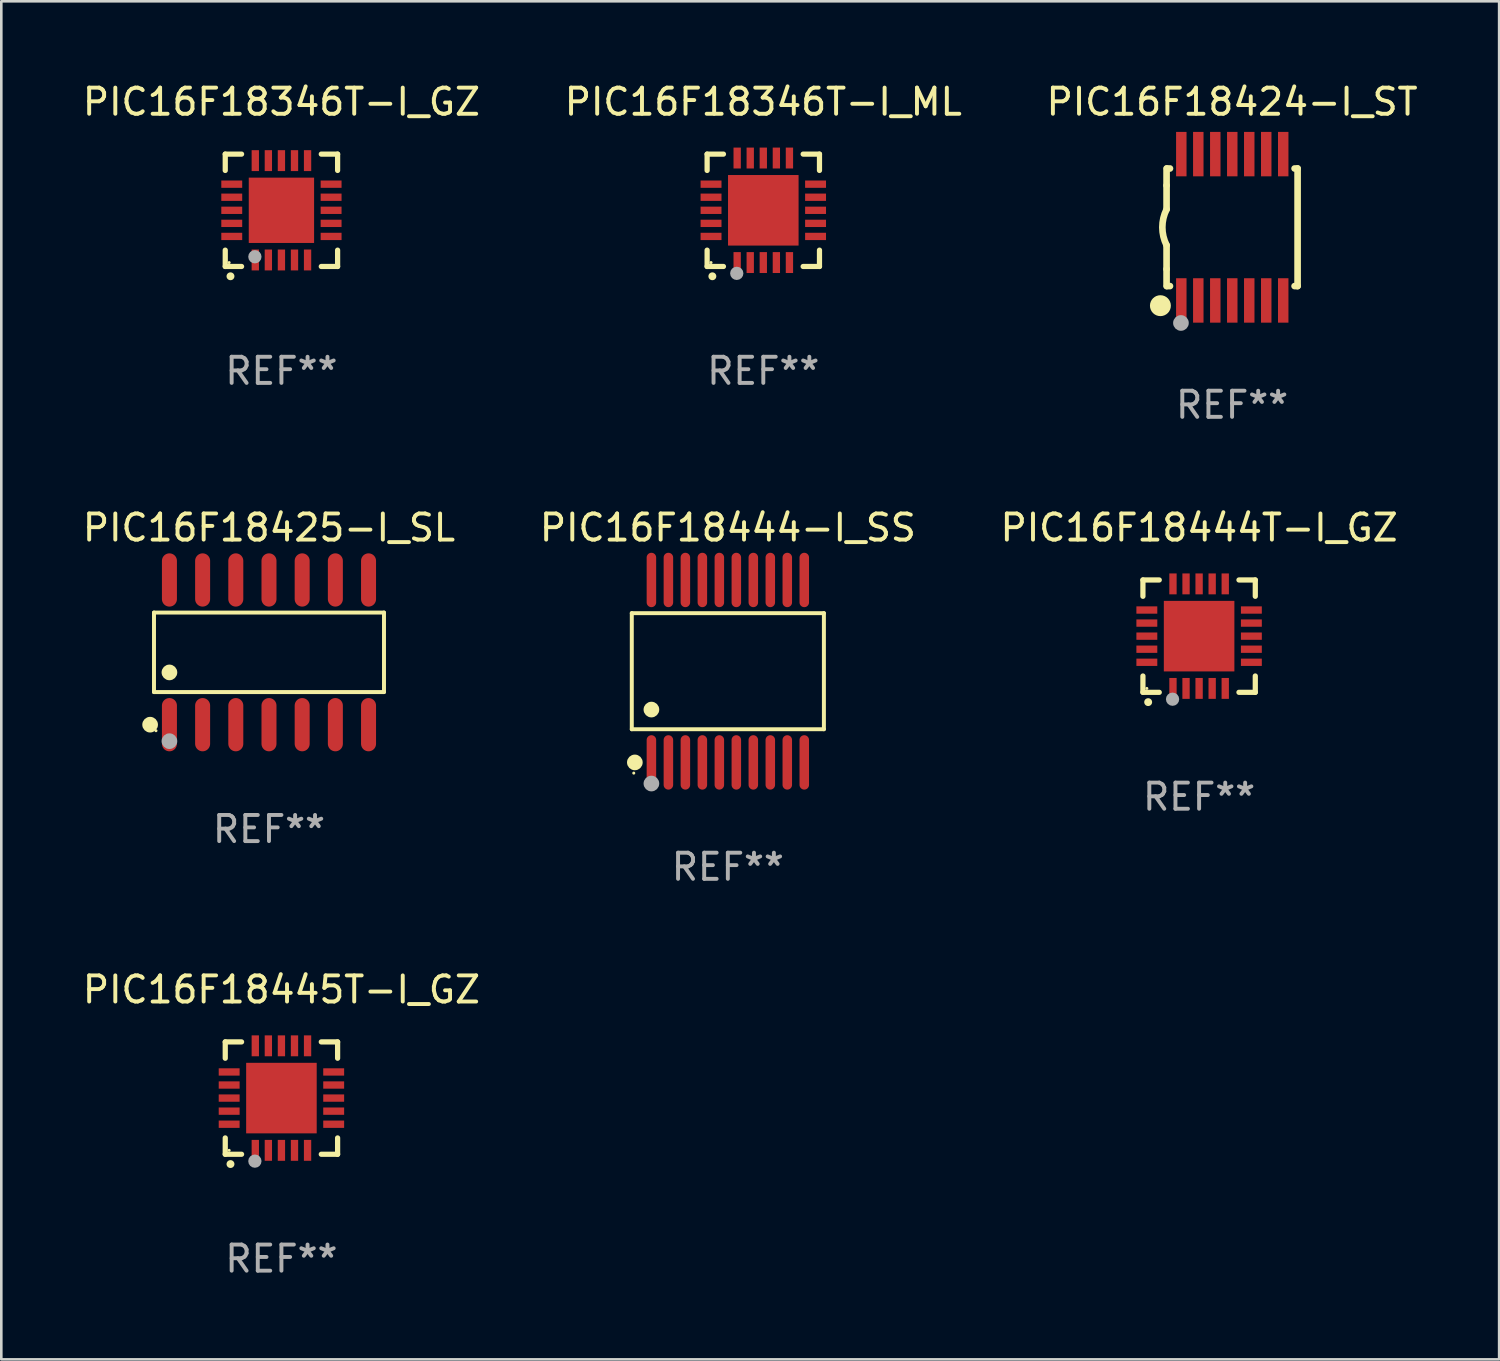
<source format=kicad_pcb>
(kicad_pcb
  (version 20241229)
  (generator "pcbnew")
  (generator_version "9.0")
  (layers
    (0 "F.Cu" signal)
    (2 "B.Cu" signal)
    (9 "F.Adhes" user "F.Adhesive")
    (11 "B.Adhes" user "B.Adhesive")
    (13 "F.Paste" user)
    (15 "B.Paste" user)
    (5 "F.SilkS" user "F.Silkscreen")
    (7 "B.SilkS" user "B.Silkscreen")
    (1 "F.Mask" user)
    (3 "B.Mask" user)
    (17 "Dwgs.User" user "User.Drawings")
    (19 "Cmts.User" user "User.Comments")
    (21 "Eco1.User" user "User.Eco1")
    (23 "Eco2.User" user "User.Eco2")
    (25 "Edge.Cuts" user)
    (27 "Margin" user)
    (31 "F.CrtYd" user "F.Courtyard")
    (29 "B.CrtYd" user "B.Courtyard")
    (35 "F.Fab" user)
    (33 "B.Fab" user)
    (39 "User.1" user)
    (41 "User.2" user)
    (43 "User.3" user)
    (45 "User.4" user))
  (footprint "PIC16F18444-I_SS"
    (layer "F.Cu")
    (at 24.804 22.636)
    (property "Reference" "PIC16F18444-I_SS" (at 0 -5.491 0) (layer "F.SilkS") (effects (font (size 1 1) (thickness 0.15))))
    (attr through_hole)
    (fp_line (start -3.676 -2.221) (end 3.676 -2.221) (stroke (width 0.152) (type solid)) (layer "F.SilkS"))
    (fp_line (start -3.676 2.221) (end -3.676 -2.221) (stroke (width 0.152) (type solid)) (layer "F.SilkS"))
    (fp_line (start 3.676 -2.221) (end 3.676 2.221) (stroke (width 0.152) (type solid)) (layer "F.SilkS"))
    (fp_line (start 3.676 2.221) (end -3.676 2.221) (stroke (width 0.152) (type solid)) (layer "F.SilkS"))
    (fp_circle (center -3.6 3.9) (end -3.57 3.9) (stroke (width 0.06) (type solid)) (fill no) (layer "F.SilkS"))
    (fp_circle (center -3.559 3.491) (end -3.409 3.491) (stroke (width 0.3) (type solid)) (fill no) (layer "F.SilkS"))
    (fp_circle (center -2.925 1.469) (end -2.775 1.469) (stroke (width 0.3) (type solid)) (fill no) (layer "F.SilkS"))
    (fp_circle (center -2.925 4.3) (end -2.775 4.3) (stroke (width 0.3) (type solid)) (fill no) (layer "F.Fab"))
    (fp_text user "REF**" (at 0 7.491 0) (layer "F.Fab") (effects (font (size 1 1) (thickness 0.15))))
    (pad "1" smd oval (at -2.925 3.491) (size 0.364 2.082) (layers "F.Cu" "F.Mask" "F.Paste"))
    (pad "2" smd oval (at -2.275 3.491) (size 0.364 2.082) (layers "F.Cu" "F.Mask" "F.Paste"))
    (pad "3" smd oval (at -1.625 3.491) (size 0.364 2.082) (layers "F.Cu" "F.Mask" "F.Paste"))
    (pad "4" smd oval (at -0.975 3.491) (size 0.364 2.082) (layers "F.Cu" "F.Mask" "F.Paste"))
    (pad "5" smd oval (at -0.325 3.491) (size 0.364 2.082) (layers "F.Cu" "F.Mask" "F.Paste"))
    (pad "6" smd oval (at 0.325 3.491) (size 0.364 2.082) (layers "F.Cu" "F.Mask" "F.Paste"))
    (pad "7" smd oval (at 0.975 3.491) (size 0.364 2.082) (layers "F.Cu" "F.Mask" "F.Paste"))
    (pad "8" smd oval (at 1.625 3.491) (size 0.364 2.082) (layers "F.Cu" "F.Mask" "F.Paste"))
    (pad "9" smd oval (at 2.275 3.491) (size 0.364 2.082) (layers "F.Cu" "F.Mask" "F.Paste"))
    (pad "10" smd oval (at 2.925 3.491) (size 0.364 2.082) (layers "F.Cu" "F.Mask" "F.Paste"))
    (pad "11" smd oval (at 2.925 -3.491) (size 0.364 2.082) (layers "F.Cu" "F.Mask" "F.Paste"))
    (pad "12" smd oval (at 2.275 -3.491) (size 0.364 2.082) (layers "F.Cu" "F.Mask" "F.Paste"))
    (pad "13" smd oval (at 1.625 -3.491) (size 0.364 2.082) (layers "F.Cu" "F.Mask" "F.Paste"))
    (pad "14" smd oval (at 0.975 -3.491) (size 0.364 2.082) (layers "F.Cu" "F.Mask" "F.Paste"))
    (pad "15" smd oval (at 0.325 -3.491) (size 0.364 2.082) (layers "F.Cu" "F.Mask" "F.Paste"))
    (pad "16" smd oval (at -0.325 -3.491) (size 0.364 2.082) (layers "F.Cu" "F.Mask" "F.Paste"))
    (pad "17" smd oval (at -0.975 -3.491) (size 0.364 2.082) (layers "F.Cu" "F.Mask" "F.Paste"))
    (pad "18" smd oval (at -1.625 -3.491) (size 0.364 2.082) (layers "F.Cu" "F.Mask" "F.Paste"))
    (pad "19" smd oval (at -2.275 -3.491) (size 0.364 2.082) (layers "F.Cu" "F.Mask" "F.Paste"))
    (pad "20" smd oval (at -2.925 -3.491) (size 0.364 2.082) (layers "F.Cu" "F.Mask" "F.Paste")))
  (footprint "PIC16F18425-I_SL"
    (layer "F.Cu")
    (at 7.244 21.914)
    (property "Reference" "PIC16F18425-I_SL" (at 0 -4.769 0) (layer "F.SilkS") (effects (font (size 1 1) (thickness 0.15))))
    (attr through_hole)
    (fp_line (start -4.401 -1.521) (end 4.401 -1.521) (stroke (width 0.152) (type solid)) (layer "F.SilkS"))
    (fp_line (start -4.401 1.521) (end -4.401 -1.521) (stroke (width 0.152) (type solid)) (layer "F.SilkS"))
    (fp_line (start 4.401 -1.521) (end 4.401 1.521) (stroke (width 0.152) (type solid)) (layer "F.SilkS"))
    (fp_line (start 4.401 1.521) (end -4.401 1.521) (stroke (width 0.152) (type solid)) (layer "F.SilkS"))
    (fp_circle (center -4.549 2.769) (end -4.399 2.769) (stroke (width 0.3) (type solid)) (fill no) (layer "F.SilkS"))
    (fp_circle (center -4.325 3) (end -4.295 3) (stroke (width 0.06) (type solid)) (fill no) (layer "F.SilkS"))
    (fp_circle (center -3.81 0.769) (end -3.66 0.769) (stroke (width 0.3) (type solid)) (fill no) (layer "F.SilkS"))
    (fp_circle (center -3.81 3.4) (end -3.66 3.4) (stroke (width 0.3) (type solid)) (fill no) (layer "F.Fab"))
    (fp_text user "REF**" (at 0 6.769 0) (layer "F.Fab") (effects (font (size 1 1) (thickness 0.15))))
    (pad "1" smd oval (at -3.81 2.769) (size 0.574 2.038) (layers "F.Cu" "F.Mask" "F.Paste"))
    (pad "2" smd oval (at -2.54 2.769) (size 0.574 2.038) (layers "F.Cu" "F.Mask" "F.Paste"))
    (pad "3" smd oval (at -1.27 2.769) (size 0.574 2.038) (layers "F.Cu" "F.Mask" "F.Paste"))
    (pad "4" smd oval (at 0 2.769) (size 0.574 2.038) (layers "F.Cu" "F.Mask" "F.Paste"))
    (pad "5" smd oval (at 1.27 2.769) (size 0.574 2.038) (layers "F.Cu" "F.Mask" "F.Paste"))
    (pad "6" smd oval (at 2.54 2.769) (size 0.574 2.038) (layers "F.Cu" "F.Mask" "F.Paste"))
    (pad "7" smd oval (at 3.81 2.769) (size 0.574 2.038) (layers "F.Cu" "F.Mask" "F.Paste"))
    (pad "8" smd oval (at 3.81 -2.769) (size 0.574 2.038) (layers "F.Cu" "F.Mask" "F.Paste"))
    (pad "9" smd oval (at 2.54 -2.769) (size 0.574 2.038) (layers "F.Cu" "F.Mask" "F.Paste"))
    (pad "10" smd oval (at 1.27 -2.769) (size 0.574 2.038) (layers "F.Cu" "F.Mask" "F.Paste"))
    (pad "11" smd oval (at 0 -2.769) (size 0.574 2.038) (layers "F.Cu" "F.Mask" "F.Paste"))
    (pad "12" smd oval (at -1.27 -2.769) (size 0.574 2.038) (layers "F.Cu" "F.Mask" "F.Paste"))
    (pad "13" smd oval (at -2.54 -2.769) (size 0.574 2.038) (layers "F.Cu" "F.Mask" "F.Paste"))
    (pad "14" smd oval (at -3.81 -2.769) (size 0.574 2.038) (layers "F.Cu" "F.Mask" "F.Paste")))
  (footprint "PIC16F18346T-I_ML"
    (layer "F.Cu")
    (at 26.161 4.998)
    (property "Reference" "PIC16F18346T-I_ML" (at 0 -4.15 0) (layer "F.SilkS") (effects (font (size 1 1) (thickness 0.15))))
    (attr through_hole)
    (fp_line (start -2.15 -2.15) (end -2.15 -1.525) (stroke (width 0.2) (type solid)) (layer "F.SilkS"))
    (fp_line (start -2.15 2.15) (end -2.15 1.525) (stroke (width 0.2) (type solid)) (layer "F.SilkS"))
    (fp_line (start -1.525 -2.15) (end -2.15 -2.15) (stroke (width 0.2) (type solid)) (layer "F.SilkS"))
    (fp_line (start -1.525 2.15) (end -2.15 2.15) (stroke (width 0.2) (type solid)) (layer "F.SilkS"))
    (fp_line (start 1.525 2.15) (end 2.15 2.15) (stroke (width 0.2) (type solid)) (layer "F.SilkS"))
    (fp_line (start 2.15 -2.15) (end 1.525 -2.15) (stroke (width 0.2) (type solid)) (layer "F.SilkS"))
    (fp_line (start 2.15 -1.525) (end 2.15 -2.15) (stroke (width 0.2) (type solid)) (layer "F.SilkS"))
    (fp_line (start 2.15 2.15) (end 2.15 1.525) (stroke (width 0.2) (type solid)) (layer "F.SilkS"))
    (fp_arc (start -1.950724 2.524765) (mid -1.949454 2.52476) (end -1.948184 2.524765) (stroke (width 0.3) (type solid)) (layer "F.SilkS"))
    (fp_circle (center -2 2) (end -1.97 2) (stroke (width 0.06) (type solid)) (fill no) (layer "F.SilkS"))
    (fp_circle (center -1.016 2.413) (end -0.889 2.413) (stroke (width 0.254) (type solid)) (fill no) (layer "F.Fab"))
    (fp_text user "REF**" (at 0 6.15 0) (layer "F.Fab") (effects (font (size 1 1) (thickness 0.15))))
    (pad "1" smd rect (at -1 2) (size 0.28 0.8) (layers "F.Cu" "F.Mask" "F.Paste"))
    (pad "2" smd rect (at -0.5 2) (size 0.28 0.8) (layers "F.Cu" "F.Mask" "F.Paste"))
    (pad "3" smd rect (at 0 2) (size 0.28 0.8) (layers "F.Cu" "F.Mask" "F.Paste"))
    (pad "4" smd rect (at 0.5 2) (size 0.28 0.8) (layers "F.Cu" "F.Mask" "F.Paste"))
    (pad "5" smd rect (at 1 2) (size 0.28 0.8) (layers "F.Cu" "F.Mask" "F.Paste"))
    (pad "6" smd rect (at 2 1) (size 0.8 0.28) (layers "F.Cu" "F.Mask" "F.Paste"))
    (pad "7" smd rect (at 2 0.5) (size 0.8 0.28) (layers "F.Cu" "F.Mask" "F.Paste"))
    (pad "8" smd rect (at 2 0) (size 0.8 0.28) (layers "F.Cu" "F.Mask" "F.Paste"))
    (pad "9" smd rect (at 2 -0.5) (size 0.8 0.28) (layers "F.Cu" "F.Mask" "F.Paste"))
    (pad "10" smd rect (at 2 -1) (size 0.8 0.28) (layers "F.Cu" "F.Mask" "F.Paste"))
    (pad "11" smd rect (at 1 -2) (size 0.28 0.8) (layers "F.Cu" "F.Mask" "F.Paste"))
    (pad "12" smd rect (at 0.5 -2) (size 0.28 0.8) (layers "F.Cu" "F.Mask" "F.Paste"))
    (pad "13" smd rect (at 0 -2) (size 0.28 0.8) (layers "F.Cu" "F.Mask" "F.Paste"))
    (pad "14" smd rect (at -0.5 -2) (size 0.28 0.8) (layers "F.Cu" "F.Mask" "F.Paste"))
    (pad "15" smd rect (at -1 -2) (size 0.28 0.8) (layers "F.Cu" "F.Mask" "F.Paste"))
    (pad "16" smd rect (at -2 -1) (size 0.8 0.28) (layers "F.Cu" "F.Mask" "F.Paste"))
    (pad "17" smd rect (at -2 -0.5) (size 0.8 0.28) (layers "F.Cu" "F.Mask" "F.Paste"))
    (pad "18" smd rect (at -2 0) (size 0.8 0.28) (layers "F.Cu" "F.Mask" "F.Paste"))
    (pad "19" smd rect (at -2 0.5) (size 0.8 0.28) (layers "F.Cu" "F.Mask" "F.Paste"))
    (pad "20" smd rect (at -2 1) (size 0.8 0.28) (layers "F.Cu" "F.Mask" "F.Paste"))
    (pad "21" smd rect (at 0 0) (size 2.7 2.7) (layers "F.Cu" "F.Mask" "F.Paste")))
  (footprint "PIC16F18424-I_ST"
    (layer "F.Cu")
    (at 44.101 5.648)
    (property "Reference" "PIC16F18424-I_ST" (at 0 -4.8 0) (layer "F.SilkS") (effects (font (size 1 1) (thickness 0.15))))
    (attr through_hole)
    (fp_line (start -2.507 -1.6) (end -2.507 -2.25) (stroke (width 0.254) (type solid)) (layer "F.SilkS"))
    (fp_line (start -2.507 -0.686) (end -2.507 -1.6) (stroke (width 0.254) (type solid)) (layer "F.SilkS"))
    (fp_line (start -2.507 1.6) (end -2.507 0.686) (stroke (width 0.254) (type solid)) (layer "F.SilkS"))
    (fp_line (start -2.507 1.6) (end -2.507 2.25) (stroke (width 0.254) (type solid)) (layer "F.SilkS"))
    (fp_line (start -2.493 -2.25) (end -2.377 -2.25) (stroke (width 0.254) (type solid)) (layer "F.SilkS"))
    (fp_line (start -2.377 2.25) (end -2.493 2.25) (stroke (width 0.254) (type solid)) (layer "F.SilkS"))
    (fp_line (start 2.392 -2.25) (end 2.507 -2.25) (stroke (width 0.254) (type solid)) (layer "F.SilkS"))
    (fp_line (start 2.507 -2.25) (end 2.507 2.25) (stroke (width 0.254) (type solid)) (layer "F.SilkS"))
    (fp_line (start 2.507 2.25) (end 2.392 2.25) (stroke (width 0.254) (type solid)) (layer "F.SilkS"))
    (fp_arc (start -2.507303 0.685802) (mid -2.669199 0) (end -2.507303 -0.685801) (stroke (width 0.254001) (type solid)) (layer "F.SilkS"))
    (fp_circle (center -2.743 3) (end -2.543 3) (stroke (width 0.4) (type solid)) (fill no) (layer "F.SilkS"))
    (fp_circle (center -2.493 3.2) (end -2.463 3.2) (stroke (width 0.06) (type solid)) (fill no) (layer "F.SilkS"))
    (fp_circle (center -1.957 3.662) (end -1.807 3.662) (stroke (width 0.3) (type solid)) (fill no) (layer "F.Fab"))
    (fp_text user "REF**" (at 0 6.8 0) (layer "F.Fab") (effects (font (size 1 1) (thickness 0.15))))
    (pad "1" smd rect (at -1.943 2.8) (size 0.4 1.7) (layers "F.Cu" "F.Mask" "F.Paste"))
    (pad "2" smd rect (at -1.293 2.8) (size 0.4 1.7) (layers "F.Cu" "F.Mask" "F.Paste"))
    (pad "3" smd rect (at -0.643 2.8) (size 0.4 1.7) (layers "F.Cu" "F.Mask" "F.Paste"))
    (pad "4" smd rect (at 0.007 2.8) (size 0.4 1.7) (layers "F.Cu" "F.Mask" "F.Paste"))
    (pad "5" smd rect (at 0.657 2.8) (size 0.4 1.7) (layers "F.Cu" "F.Mask" "F.Paste"))
    (pad "6" smd rect (at 1.307 2.8) (size 0.4 1.7) (layers "F.Cu" "F.Mask" "F.Paste"))
    (pad "7" smd rect (at 1.957 2.8) (size 0.4 1.7) (layers "F.Cu" "F.Mask" "F.Paste"))
    (pad "8" smd rect (at 1.957 -2.8) (size 0.4 1.7) (layers "F.Cu" "F.Mask" "F.Paste"))
    (pad "9" smd rect (at 1.307 -2.8) (size 0.4 1.7) (layers "F.Cu" "F.Mask" "F.Paste"))
    (pad "10" smd rect (at 0.657 -2.8) (size 0.4 1.7) (layers "F.Cu" "F.Mask" "F.Paste"))
    (pad "11" smd rect (at 0.007 -2.8) (size 0.4 1.7) (layers "F.Cu" "F.Mask" "F.Paste"))
    (pad "12" smd rect (at -0.643 -2.8) (size 0.4 1.7) (layers "F.Cu" "F.Mask" "F.Paste"))
    (pad "13" smd rect (at -1.293 -2.8) (size 0.4 1.7) (layers "F.Cu" "F.Mask" "F.Paste"))
    (pad "14" smd rect (at -1.943 -2.8) (size 0.4 1.7) (layers "F.Cu" "F.Mask" "F.Paste")))
  (footprint "PIC16F18445T-I_GZ"
    (layer "F.Cu")
    (at 7.72 38.973)
    (property "Reference" "PIC16F18445T-I_GZ" (at 0 -4.15 0) (layer "F.SilkS") (effects (font (size 1 1) (thickness 0.15))))
    (attr through_hole)
    (fp_line (start -2.15 -2.15) (end -2.15 -1.525) (stroke (width 0.2) (type solid)) (layer "F.SilkS"))
    (fp_line (start -2.15 2.15) (end -2.15 1.525) (stroke (width 0.2) (type solid)) (layer "F.SilkS"))
    (fp_line (start -1.525 -2.15) (end -2.15 -2.15) (stroke (width 0.2) (type solid)) (layer "F.SilkS"))
    (fp_line (start -1.525 2.15) (end -2.15 2.15) (stroke (width 0.2) (type solid)) (layer "F.SilkS"))
    (fp_line (start 1.525 2.15) (end 2.15 2.15) (stroke (width 0.2) (type solid)) (layer "F.SilkS"))
    (fp_line (start 2.15 -2.15) (end 1.525 -2.15) (stroke (width 0.2) (type solid)) (layer "F.SilkS"))
    (fp_line (start 2.15 -1.525) (end 2.15 -2.15) (stroke (width 0.2) (type solid)) (layer "F.SilkS"))
    (fp_line (start 2.15 2.15) (end 2.15 1.525) (stroke (width 0.2) (type solid)) (layer "F.SilkS"))
    (fp_arc (start -1.950724 2.524765) (mid -1.949454 2.52476) (end -1.948184 2.524765) (stroke (width 0.3) (type solid)) (layer "F.SilkS"))
    (fp_circle (center -2 2) (end -1.97 2) (stroke (width 0.06) (type solid)) (fill no) (layer "F.SilkS"))
    (fp_circle (center -1.016 2.413) (end -0.889 2.413) (stroke (width 0.254) (type solid)) (fill no) (layer "F.Fab"))
    (fp_text user "REF**" (at 0 6.15 0) (layer "F.Fab") (effects (font (size 1 1) (thickness 0.15))))
    (pad "1" smd rect (at -1 2 180) (size 0.28 0.8) (layers "F.Cu" "F.Mask" "F.Paste"))
    (pad "2" smd rect (at -0.5 2 180) (size 0.28 0.8) (layers "F.Cu" "F.Mask" "F.Paste"))
    (pad "3" smd rect (at 0 2 180) (size 0.28 0.8) (layers "F.Cu" "F.Mask" "F.Paste"))
    (pad "4" smd rect (at 0.5 2 180) (size 0.28 0.8) (layers "F.Cu" "F.Mask" "F.Paste"))
    (pad "5" smd rect (at 1 2 180) (size 0.28 0.8) (layers "F.Cu" "F.Mask" "F.Paste"))
    (pad "6" smd rect (at 2 1 90) (size 0.28 0.8) (layers "F.Cu" "F.Mask" "F.Paste"))
    (pad "7" smd rect (at 2 0.5 90) (size 0.28 0.8) (layers "F.Cu" "F.Mask" "F.Paste"))
    (pad "8" smd rect (at 2 0 90) (size 0.28 0.8) (layers "F.Cu" "F.Mask" "F.Paste"))
    (pad "9" smd rect (at 2 -0.5 90) (size 0.28 0.8) (layers "F.Cu" "F.Mask" "F.Paste"))
    (pad "10" smd rect (at 2 -1 90) (size 0.28 0.8) (layers "F.Cu" "F.Mask" "F.Paste"))
    (pad "11" smd rect (at 1 -2 180) (size 0.28 0.8) (layers "F.Cu" "F.Mask" "F.Paste"))
    (pad "12" smd rect (at 0.5 -2 180) (size 0.28 0.8) (layers "F.Cu" "F.Mask" "F.Paste"))
    (pad "13" smd rect (at 0 -2 180) (size 0.28 0.8) (layers "F.Cu" "F.Mask" "F.Paste"))
    (pad "14" smd rect (at -0.5 -2 180) (size 0.28 0.8) (layers "F.Cu" "F.Mask" "F.Paste"))
    (pad "15" smd rect (at -1 -2 180) (size 0.28 0.8) (layers "F.Cu" "F.Mask" "F.Paste"))
    (pad "16" smd rect (at -2 -1 90) (size 0.28 0.8) (layers "F.Cu" "F.Mask" "F.Paste"))
    (pad "17" smd rect (at -2 -0.5 90) (size 0.28 0.8) (layers "F.Cu" "F.Mask" "F.Paste"))
    (pad "18" smd rect (at -2 0 90) (size 0.28 0.8) (layers "F.Cu" "F.Mask" "F.Paste"))
    (pad "19" smd rect (at -2 0.5 90) (size 0.28 0.8) (layers "F.Cu" "F.Mask" "F.Paste"))
    (pad "20" smd rect (at -2 1 90) (size 0.28 0.8) (layers "F.Cu" "F.Mask" "F.Paste"))
    (pad "21" smd rect (at 0 0 90) (size 2.7 2.7) (layers "F.Cu" "F.Mask" "F.Paste")))
  (footprint "PIC16F18346T-I_GZ"
    (layer "F.Cu")
    (at 7.72 4.998)
    (property "Reference" "PIC16F18346T-I_GZ" (at 0 -4.15 0) (layer "F.SilkS") (effects (font (size 1 1) (thickness 0.15))))
    (attr through_hole)
    (fp_line (start -2.15 -2.15) (end -2.15 -1.525) (stroke (width 0.2) (type solid)) (layer "F.SilkS"))
    (fp_line (start -2.15 2.15) (end -2.15 1.525) (stroke (width 0.2) (type solid)) (layer "F.SilkS"))
    (fp_line (start -1.525 -2.15) (end -2.15 -2.15) (stroke (width 0.2) (type solid)) (layer "F.SilkS"))
    (fp_line (start -1.525 2.15) (end -2.15 2.15) (stroke (width 0.2) (type solid)) (layer "F.SilkS"))
    (fp_line (start 1.525 2.15) (end 2.15 2.15) (stroke (width 0.2) (type solid)) (layer "F.SilkS"))
    (fp_line (start 2.15 -2.15) (end 1.525 -2.15) (stroke (width 0.2) (type solid)) (layer "F.SilkS"))
    (fp_line (start 2.15 -1.525) (end 2.15 -2.15) (stroke (width 0.2) (type solid)) (layer "F.SilkS"))
    (fp_line (start 2.15 2.15) (end 2.15 1.525) (stroke (width 0.2) (type solid)) (layer "F.SilkS"))
    (fp_arc (start -1.950724 2.524765) (mid -1.949454 2.52476) (end -1.948184 2.524765) (stroke (width 0.3) (type solid)) (layer "F.SilkS"))
    (fp_circle (center -2.001 2.001) (end -1.971 2.001) (stroke (width 0.06) (type solid)) (fill no) (layer "F.SilkS"))
    (fp_circle (center -1.016 1.778) (end -0.889 1.778) (stroke (width 0.254) (type solid)) (fill no) (layer "F.Fab"))
    (fp_text user "REF**" (at 0 6.15 0) (layer "F.Fab") (effects (font (size 1 1) (thickness 0.15))))
    (pad "1" smd rect (at -1 1.901) (size 0.28 0.8) (layers "F.Cu" "F.Mask" "F.Paste"))
    (pad "2" smd rect (at -0.5 1.901) (size 0.28 0.8) (layers "F.Cu" "F.Mask" "F.Paste"))
    (pad "3" smd rect (at 0 1.901) (size 0.28 0.8) (layers "F.Cu" "F.Mask" "F.Paste"))
    (pad "4" smd rect (at 0.5 1.901) (size 0.28 0.8) (layers "F.Cu" "F.Mask" "F.Paste"))
    (pad "5" smd rect (at 1 1.901) (size 0.28 0.8) (layers "F.Cu" "F.Mask" "F.Paste"))
    (pad "6" smd rect (at 1.901 1) (size 0.8 0.28) (layers "F.Cu" "F.Mask" "F.Paste"))
    (pad "7" smd rect (at 1.901 0.5) (size 0.8 0.28) (layers "F.Cu" "F.Mask" "F.Paste"))
    (pad "8" smd rect (at 1.901 0) (size 0.8 0.28) (layers "F.Cu" "F.Mask" "F.Paste"))
    (pad "9" smd rect (at 1.901 -0.5) (size 0.8 0.28) (layers "F.Cu" "F.Mask" "F.Paste"))
    (pad "10" smd rect (at 1.901 -1) (size 0.8 0.28) (layers "F.Cu" "F.Mask" "F.Paste"))
    (pad "11" smd rect (at 1 -1.901) (size 0.28 0.8) (layers "F.Cu" "F.Mask" "F.Paste"))
    (pad "12" smd rect (at 0.5 -1.901) (size 0.28 0.8) (layers "F.Cu" "F.Mask" "F.Paste"))
    (pad "13" smd rect (at 0 -1.901) (size 0.28 0.8) (layers "F.Cu" "F.Mask" "F.Paste"))
    (pad "14" smd rect (at -0.5 -1.901) (size 0.28 0.8) (layers "F.Cu" "F.Mask" "F.Paste"))
    (pad "15" smd rect (at -1 -1.901) (size 0.28 0.8) (layers "F.Cu" "F.Mask" "F.Paste"))
    (pad "16" smd rect (at -1.901 -1) (size 0.8 0.28) (layers "F.Cu" "F.Mask" "F.Paste"))
    (pad "17" smd rect (at -1.901 -0.5) (size 0.8 0.28) (layers "F.Cu" "F.Mask" "F.Paste"))
    (pad "18" smd rect (at -1.901 0) (size 0.8 0.28) (layers "F.Cu" "F.Mask" "F.Paste"))
    (pad "19" smd rect (at -1.901 0.5) (size 0.8 0.28) (layers "F.Cu" "F.Mask" "F.Paste"))
    (pad "20" smd rect (at -1.901 1) (size 0.8 0.28) (layers "F.Cu" "F.Mask" "F.Paste"))
    (pad "21" smd rect (at 0 0) (size 2.5 2.5) (layers "F.Cu" "F.Mask" "F.Paste")))
  (footprint "PIC16F18444T-I_GZ"
    (layer "F.Cu")
    (at 42.839 21.295)
    (property "Reference" "PIC16F18444T-I_GZ" (at 0 -4.15 0) (layer "F.SilkS") (effects (font (size 1 1) (thickness 0.15))))
    (attr through_hole)
    (fp_line (start -2.15 -2.15) (end -2.15 -1.525) (stroke (width 0.2) (type solid)) (layer "F.SilkS"))
    (fp_line (start -2.15 2.15) (end -2.15 1.525) (stroke (width 0.2) (type solid)) (layer "F.SilkS"))
    (fp_line (start -1.525 -2.15) (end -2.15 -2.15) (stroke (width 0.2) (type solid)) (layer "F.SilkS"))
    (fp_line (start -1.525 2.15) (end -2.15 2.15) (stroke (width 0.2) (type solid)) (layer "F.SilkS"))
    (fp_line (start 1.525 2.15) (end 2.15 2.15) (stroke (width 0.2) (type solid)) (layer "F.SilkS"))
    (fp_line (start 2.15 -2.15) (end 1.525 -2.15) (stroke (width 0.2) (type solid)) (layer "F.SilkS"))
    (fp_line (start 2.15 -1.525) (end 2.15 -2.15) (stroke (width 0.2) (type solid)) (layer "F.SilkS"))
    (fp_line (start 2.15 2.15) (end 2.15 1.525) (stroke (width 0.2) (type solid)) (layer "F.SilkS"))
    (fp_arc (start -1.950724 2.524765) (mid -1.949454 2.52476) (end -1.948184 2.524765) (stroke (width 0.3) (type solid)) (layer "F.SilkS"))
    (fp_circle (center -2 2) (end -1.97 2) (stroke (width 0.06) (type solid)) (fill no) (layer "F.SilkS"))
    (fp_circle (center -1.016 2.413) (end -0.889 2.413) (stroke (width 0.254) (type solid)) (fill no) (layer "F.Fab"))
    (fp_text user "REF**" (at 0 6.15 0) (layer "F.Fab") (effects (font (size 1 1) (thickness 0.15))))
    (pad "1" smd rect (at -1 2 180) (size 0.28 0.8) (layers "F.Cu" "F.Mask" "F.Paste"))
    (pad "2" smd rect (at -0.5 2 180) (size 0.28 0.8) (layers "F.Cu" "F.Mask" "F.Paste"))
    (pad "3" smd rect (at 0 2 180) (size 0.28 0.8) (layers "F.Cu" "F.Mask" "F.Paste"))
    (pad "4" smd rect (at 0.5 2 180) (size 0.28 0.8) (layers "F.Cu" "F.Mask" "F.Paste"))
    (pad "5" smd rect (at 1 2 180) (size 0.28 0.8) (layers "F.Cu" "F.Mask" "F.Paste"))
    (pad "6" smd rect (at 2 1 90) (size 0.28 0.8) (layers "F.Cu" "F.Mask" "F.Paste"))
    (pad "7" smd rect (at 2 0.5 90) (size 0.28 0.8) (layers "F.Cu" "F.Mask" "F.Paste"))
    (pad "8" smd rect (at 2 0 90) (size 0.28 0.8) (layers "F.Cu" "F.Mask" "F.Paste"))
    (pad "9" smd rect (at 2 -0.5 90) (size 0.28 0.8) (layers "F.Cu" "F.Mask" "F.Paste"))
    (pad "10" smd rect (at 2 -1 90) (size 0.28 0.8) (layers "F.Cu" "F.Mask" "F.Paste"))
    (pad "11" smd rect (at 1 -2 180) (size 0.28 0.8) (layers "F.Cu" "F.Mask" "F.Paste"))
    (pad "12" smd rect (at 0.5 -2 180) (size 0.28 0.8) (layers "F.Cu" "F.Mask" "F.Paste"))
    (pad "13" smd rect (at 0 -2 180) (size 0.28 0.8) (layers "F.Cu" "F.Mask" "F.Paste"))
    (pad "14" smd rect (at -0.5 -2 180) (size 0.28 0.8) (layers "F.Cu" "F.Mask" "F.Paste"))
    (pad "15" smd rect (at -1 -2 180) (size 0.28 0.8) (layers "F.Cu" "F.Mask" "F.Paste"))
    (pad "16" smd rect (at -2 -1 90) (size 0.28 0.8) (layers "F.Cu" "F.Mask" "F.Paste"))
    (pad "17" smd rect (at -2 -0.5 90) (size 0.28 0.8) (layers "F.Cu" "F.Mask" "F.Paste"))
    (pad "18" smd rect (at -2 0 90) (size 0.28 0.8) (layers "F.Cu" "F.Mask" "F.Paste"))
    (pad "19" smd rect (at -2 0.5 90) (size 0.28 0.8) (layers "F.Cu" "F.Mask" "F.Paste"))
    (pad "20" smd rect (at -2 1 90) (size 0.28 0.8) (layers "F.Cu" "F.Mask" "F.Paste"))
    (pad "21" smd rect (at 0 0 90) (size 2.7 2.7) (layers "F.Cu" "F.Mask" "F.Paste")))
  (gr_rect
    (start -3 -3)
    (end 54.321 48.972)
    (stroke (width 0.1) (type default))
    (fill no)
    (layer "Edge.Cuts")))
</source>
